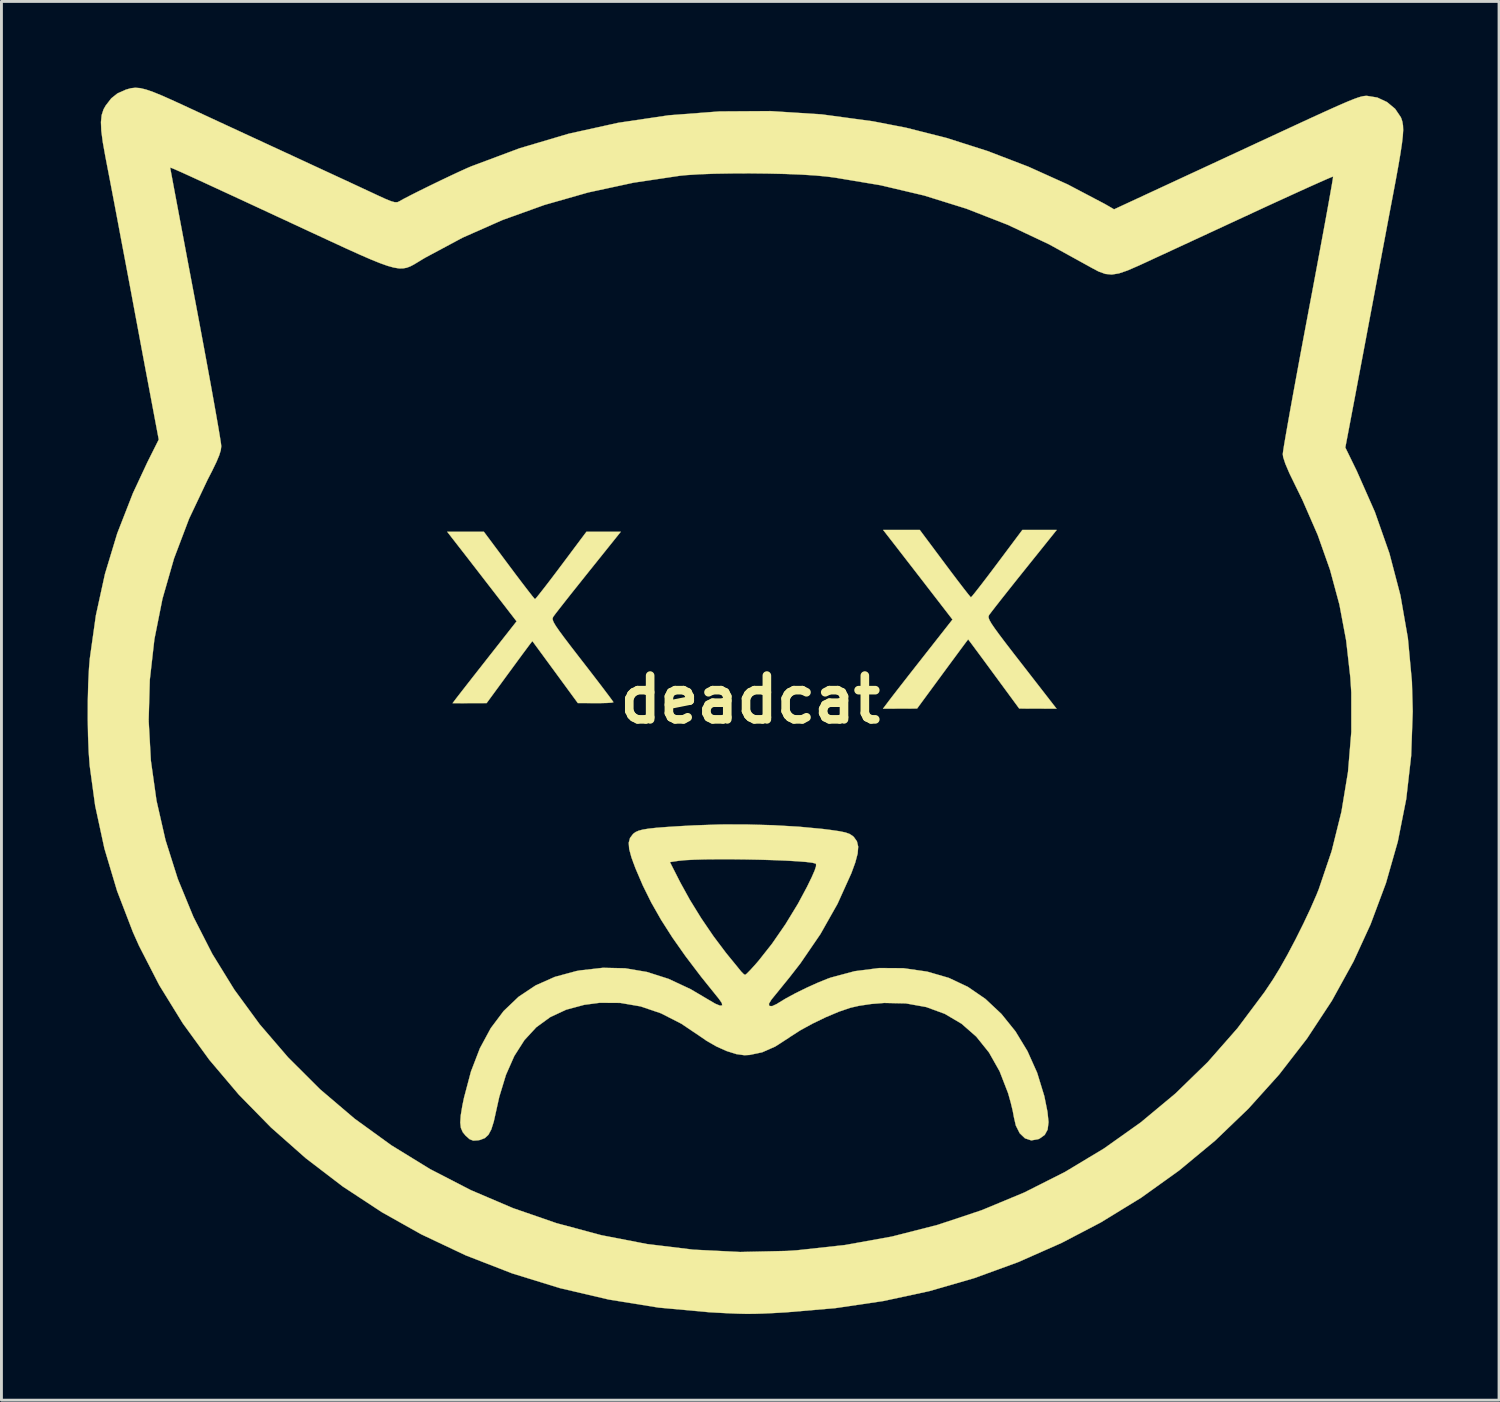
<source format=kicad_pcb>
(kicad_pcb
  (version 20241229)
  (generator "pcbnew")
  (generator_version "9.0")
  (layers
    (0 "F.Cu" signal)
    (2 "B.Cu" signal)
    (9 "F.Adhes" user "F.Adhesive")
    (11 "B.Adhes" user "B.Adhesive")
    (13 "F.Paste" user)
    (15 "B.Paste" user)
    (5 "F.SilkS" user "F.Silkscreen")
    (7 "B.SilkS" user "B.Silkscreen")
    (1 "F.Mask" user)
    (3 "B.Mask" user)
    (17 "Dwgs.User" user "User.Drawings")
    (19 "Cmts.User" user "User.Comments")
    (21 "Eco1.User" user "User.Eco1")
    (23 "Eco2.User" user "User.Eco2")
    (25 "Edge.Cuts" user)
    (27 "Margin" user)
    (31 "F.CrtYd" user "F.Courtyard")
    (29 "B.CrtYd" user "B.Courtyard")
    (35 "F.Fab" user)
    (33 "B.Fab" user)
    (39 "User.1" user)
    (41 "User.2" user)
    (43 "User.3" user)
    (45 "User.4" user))
  (footprint "deadcat"
    (layer "F.Cu")
    (at 23.068 21.305)
    (property "Reference" "deadcat" (at 0 0 0) (layer "F.SilkS") (effects (font (size 1.524 1.524) (thickness 0.3))))
    (attr through_hole)
    (fp_poly (pts (xy 6.778 -4.734) (xy 7.028 -4.4) (xy 7.253 -4.103) (xy 7.442 -3.857) (xy 7.584 -3.676) (xy 7.668 -3.575) (xy 7.685 -3.559) (xy 7.731 -3.607) (xy 7.841 -3.742) (xy 8.005 -3.952) (xy 8.211 -4.22) (xy 8.449 -4.534) (xy 8.597 -4.731) (xy 9.475 -5.905) (xy 10.671 -5.905) (xy 9.534 -4.488) (xy 9.237 -4.117) (xy 8.964 -3.773) (xy 8.724 -3.47) (xy 8.53 -3.222) (xy 8.392 -3.043) (xy 8.32 -2.947) (xy 8.316 -2.941) (xy 8.299 -2.897) (xy 8.302 -2.84) (xy 8.334 -2.759) (xy 8.402 -2.641) (xy 8.513 -2.478) (xy 8.675 -2.256) (xy 8.895 -1.965) (xy 9.18 -1.594) (xy 9.45 -1.247) (xy 10.665 0.318) (xy 10.015 0.315) (xy 9.366 0.313) (xy 8.481 -0.891) (xy 8.232 -1.23) (xy 8.009 -1.532) (xy 7.823 -1.783) (xy 7.685 -1.969) (xy 7.604 -2.075) (xy 7.588 -2.095) (xy 7.55 -2.047) (xy 7.447 -1.91) (xy 7.29 -1.698) (xy 7.09 -1.427) (xy 6.856 -1.11) (xy 6.695 -0.891) (xy 5.81 0.313) (xy 5.217 0.315) (xy 4.623 0.318) (xy 4.836 0.035) (xy 4.934 -0.093) (xy 5.097 -0.304) (xy 5.312 -0.58) (xy 5.564 -0.903) (xy 5.841 -1.256) (xy 6.046 -1.517) (xy 7.043 -2.786) (xy 6.243 -3.822) (xy 5.968 -4.178) (xy 5.689 -4.539) (xy 5.426 -4.878) (xy 5.2 -5.17) (xy 5.036 -5.382) (xy 4.629 -5.905) (xy 5.904 -5.905) (xy 6.778 -4.734)) (stroke (width 0.01) (type solid)) (fill yes) (layer "F.SilkS"))
    (fp_poly (pts (xy -5.103 -5.842) (xy -4.506 -5.842) (xy -5.643 -4.424) (xy -5.939 -4.053) (xy -6.213 -3.71) (xy -6.452 -3.407) (xy -6.647 -3.159) (xy -6.785 -2.98) (xy -6.856 -2.884) (xy -6.86 -2.877) (xy -6.879 -2.832) (xy -6.875 -2.773) (xy -6.841 -2.689) (xy -6.77 -2.567) (xy -6.653 -2.397) (xy -6.484 -2.167) (xy -6.253 -1.863) (xy -5.954 -1.475) (xy -5.852 -1.344) (xy -5.569 -0.979) (xy -5.314 -0.647) (xy -5.096 -0.361) (xy -4.925 -0.134) (xy -4.81 0.021) (xy -4.763 0.091) (xy -4.763 0.093) (xy -4.821 0.107) (xy -4.98 0.118) (xy -5.211 0.124) (xy -5.382 0.124) (xy -6.001 0.122) (xy -6.792 -0.958) (xy -7.584 -2.037) (xy -7.695 -1.892) (xy -7.768 -1.794) (xy -7.902 -1.614) (xy -8.081 -1.371) (xy -8.292 -1.083) (xy -8.491 -0.812) (xy -9.176 0.123) (xy -9.768 0.125) (xy -10.361 0.127) (xy -10.245 -0.028) (xy -10.174 -0.12) (xy -10.037 -0.296) (xy -9.846 -0.541) (xy -9.613 -0.839) (xy -9.349 -1.175) (xy -9.131 -1.453) (xy -8.133 -2.723) (xy -8.933 -3.759) (xy -9.208 -4.114) (xy -9.487 -4.475) (xy -9.75 -4.815) (xy -9.976 -5.107) (xy -10.141 -5.318) (xy -10.548 -5.842) (xy -9.272 -5.842) (xy -8.398 -4.67) (xy -8.148 -4.336) (xy -7.923 -4.039) (xy -7.734 -3.793) (xy -7.593 -3.612) (xy -7.509 -3.512) (xy -7.492 -3.495) (xy -7.446 -3.543) (xy -7.336 -3.679) (xy -7.172 -3.888) (xy -6.965 -4.157) (xy -6.727 -4.471) (xy -6.58 -4.667) (xy -5.701 -5.842) (xy -5.103 -5.842)) (stroke (width 0.01) (type solid)) (fill yes) (layer "F.SilkS"))
    (fp_poly (pts (xy 0.803 4.375) (xy 1.701 4.427) (xy 2.526 4.505) (xy 2.788 4.538) (xy 3.1 4.583) (xy 3.314 4.627) (xy 3.459 4.678) (xy 3.563 4.745) (xy 3.611 4.788) (xy 3.716 4.936) (xy 3.76 5.121) (xy 3.741 5.361) (xy 3.658 5.674) (xy 3.521 6.048) (xy 3.04 7.112) (xy 2.445 8.165) (xy 1.747 9.185) (xy 1.37 9.669) (xy 1.164 9.923) (xy 0.976 10.155) (xy 0.826 10.339) (xy 0.736 10.45) (xy 0.734 10.453) (xy 0.651 10.592) (xy 0.666 10.668) (xy 0.764 10.673) (xy 0.927 10.598) (xy 0.97 10.57) (xy 1.233 10.41) (xy 1.575 10.225) (xy 1.959 10.036) (xy 2.344 9.862) (xy 2.69 9.721) (xy 2.805 9.68) (xy 3.638 9.457) (xy 4.488 9.348) (xy 5.336 9.353) (xy 6.163 9.472) (xy 6.915 9.69) (xy 7.577 10.002) (xy 8.19 10.423) (xy 8.745 10.944) (xy 9.236 11.553) (xy 9.653 12.24) (xy 9.991 12.995) (xy 10.24 13.807) (xy 10.35 14.356) (xy 10.386 14.711) (xy 10.355 14.972) (xy 10.254 15.157) (xy 10.074 15.285) (xy 10.03 15.305) (xy 9.786 15.348) (xy 9.566 15.275) (xy 9.383 15.099) (xy 9.248 14.83) (xy 9.181 14.539) (xy 9.14 14.317) (xy 9.071 14.032) (xy 8.989 13.739) (xy 8.975 13.694) (xy 8.683 12.941) (xy 8.314 12.287) (xy 7.871 11.735) (xy 7.358 11.286) (xy 6.775 10.942) (xy 6.128 10.705) (xy 5.417 10.578) (xy 4.667 10.562) (xy 4.216 10.598) (xy 3.792 10.661) (xy 3.493 10.729) (xy 3.092 10.865) (xy 2.638 11.056) (xy 2.174 11.28) (xy 1.743 11.516) (xy 1.388 11.744) (xy 1.36 11.765) (xy 0.874 12.079) (xy 0.418 12.28) (xy -0.023 12.373) (xy -0.205 12.382) (xy -0.483 12.343) (xy -0.819 12.237) (xy -1.177 12.077) (xy -1.519 11.881) (xy -1.669 11.776) (xy -2.393 11.288) (xy -3.105 10.924) (xy -3.813 10.683) (xy -4.523 10.561) (xy -5.242 10.557) (xy -5.779 10.628) (xy -6.407 10.797) (xy -6.962 11.056) (xy -7.446 11.408) (xy -7.862 11.859) (xy -8.214 12.411) (xy -8.504 13.068) (xy -8.737 13.835) (xy -8.842 14.308) (xy -8.927 14.692) (xy -9.014 14.967) (xy -9.114 15.153) (xy -9.24 15.268) (xy -9.402 15.331) (xy -9.474 15.345) (xy -9.642 15.356) (xy -9.768 15.307) (xy -9.903 15.189) (xy -10.008 15.061) (xy -10.072 14.914) (xy -10.094 14.727) (xy -10.077 14.478) (xy -10.022 14.143) (xy -9.963 13.861) (xy -9.721 12.948) (xy -9.411 12.142) (xy -9.033 11.442) (xy -8.585 10.845) (xy -8.065 10.349) (xy -7.471 9.953) (xy -6.801 9.655) (xy -6.055 9.453) (xy -5.928 9.43) (xy -5.125 9.339) (xy -4.352 9.356) (xy -3.595 9.484) (xy -2.84 9.725) (xy -2.074 10.083) (xy -1.458 10.447) (xy -1.215 10.589) (xy -1.052 10.656) (xy -0.974 10.647) (xy -0.988 10.564) (xy -1.09 10.418) (xy -1.712 9.645) (xy -2.248 8.939) (xy -2.708 8.285) (xy -3.103 7.666) (xy -3.444 7.067) (xy -3.739 6.471) (xy -3.996 5.871) (xy -4.074 5.659) (xy -2.795 5.659) (xy -2.433 6.37) (xy -2.101 6.972) (xy -1.707 7.611) (xy -1.281 8.237) (xy -0.855 8.804) (xy -0.786 8.89) (xy -0.609 9.106) (xy -0.454 9.296) (xy -0.345 9.431) (xy -0.318 9.465) (xy -0.226 9.558) (xy -0.177 9.586) (xy -0.119 9.542) (xy 0.001 9.42) (xy 0.163 9.242) (xy 0.29 9.096) (xy 0.76 8.501) (xy 1.227 7.824) (xy 1.663 7.109) (xy 1.978 6.521) (xy 2.141 6.187) (xy 2.244 5.952) (xy 2.293 5.801) (xy 2.292 5.724) (xy 2.28 5.712) (xy 2.17 5.682) (xy 1.951 5.654) (xy 1.641 5.63) (xy 1.258 5.608) (xy 0.82 5.59) (xy 0.345 5.576) (xy -0.148 5.566) (xy -0.642 5.56) (xy -1.119 5.56) (xy -1.56 5.564) (xy -1.948 5.575) (xy -2.265 5.591) (xy -2.492 5.614) (xy -2.494 5.614) (xy -2.795 5.659) (xy -4.074 5.659) (xy -4.135 5.493) (xy -4.213 5.204) (xy -4.229 4.986) (xy -4.184 4.819) (xy -4.081 4.683) (xy -4.065 4.668) (xy -3.988 4.612) (xy -3.884 4.566) (xy -3.737 4.527) (xy -3.534 4.494) (xy -3.259 4.464) (xy -2.898 4.436) (xy -2.438 4.407) (xy -1.963 4.381) (xy -1.067 4.35) (xy -0.132 4.349) (xy 0.803 4.375)) (stroke (width 0.01) (type solid)) (fill yes) (layer "F.SilkS"))
    (fp_poly (pts (xy -21.237 -21.287) (xy -21.034 -21.238) (xy -20.78 -21.15) (xy -20.458 -21.018) (xy -20.051 -20.836) (xy -19.723 -20.685) (xy -19.296 -20.487) (xy -18.799 -20.256) (xy -18.275 -20.013) (xy -17.771 -19.78) (xy -17.431 -19.622) (xy -16.644 -19.258) (xy -15.962 -18.943) (xy -15.376 -18.671) (xy -14.877 -18.44) (xy -14.454 -18.244) (xy -14.097 -18.079) (xy -13.798 -17.94) (xy -13.547 -17.823) (xy -13.333 -17.723) (xy -13.147 -17.637) (xy -12.986 -17.561) (xy -12.699 -17.43) (xy -12.502 -17.35) (xy -12.371 -17.314) (xy -12.282 -17.316) (xy -12.224 -17.342) (xy -12.074 -17.426) (xy -11.833 -17.551) (xy -11.526 -17.706) (xy -11.177 -17.878) (xy -10.811 -18.056) (xy -10.452 -18.227) (xy -10.125 -18.38) (xy -9.854 -18.503) (xy -9.716 -18.562) (xy -8.034 -19.191) (xy -6.324 -19.698) (xy -4.589 -20.081) (xy -2.836 -20.341) (xy -1.068 -20.476) (xy 0.708 -20.487) (xy 2.488 -20.373) (xy 4.266 -20.133) (xy 5.423 -19.909) (xy 6.832 -19.553) (xy 8.263 -19.097) (xy 9.681 -18.553) (xy 11.053 -17.934) (xy 12.343 -17.255) (xy 12.478 -17.178) (xy 12.668 -17.067) (xy 14.002 -17.686) (xy 14.416 -17.878) (xy 14.823 -18.067) (xy 15.197 -18.241) (xy 15.515 -18.388) (xy 15.751 -18.497) (xy 15.812 -18.526) (xy 16.011 -18.618) (xy 16.302 -18.753) (xy 16.658 -18.919) (xy 17.056 -19.103) (xy 17.471 -19.296) (xy 17.621 -19.366) (xy 18.352 -19.705) (xy 18.977 -19.995) (xy 19.505 -20.239) (xy 19.945 -20.44) (xy 20.308 -20.604) (xy 20.601 -20.734) (xy 20.834 -20.833) (xy 21.016 -20.906) (xy 21.157 -20.957) (xy 21.265 -20.99) (xy 21.35 -21.008) (xy 21.42 -21.016) (xy 21.476 -21.017) (xy 21.834 -20.959) (xy 22.17 -20.802) (xy 22.452 -20.568) (xy 22.649 -20.278) (xy 22.672 -20.225) (xy 22.706 -20.115) (xy 22.727 -19.987) (xy 22.733 -19.828) (xy 22.721 -19.625) (xy 22.691 -19.364) (xy 22.641 -19.03) (xy 22.57 -18.61) (xy 22.476 -18.091) (xy 22.382 -17.59) (xy 22.287 -17.091) (xy 22.196 -16.609) (xy 22.113 -16.165) (xy 22.04 -15.779) (xy 21.982 -15.472) (xy 21.944 -15.265) (xy 21.939 -15.24) (xy 21.897 -15.013) (xy 21.834 -14.681) (xy 21.755 -14.262) (xy 21.664 -13.776) (xy 21.563 -13.241) (xy 21.457 -12.676) (xy 21.349 -12.102) (xy 21.242 -11.536) (xy 21.14 -10.998) (xy 21.048 -10.507) (xy 20.967 -10.082) (xy 20.903 -9.743) (xy 20.872 -9.579) (xy 20.719 -8.775) (xy 21.117 -7.96) (xy 21.748 -6.532) (xy 22.254 -5.091) (xy 22.637 -3.63) (xy 22.897 -2.142) (xy 23.038 -0.619) (xy 23.066 0.413) (xy 23.011 1.96) (xy 22.839 3.466) (xy 22.547 4.941) (xy 22.133 6.392) (xy 21.597 7.828) (xy 21.005 9.117) (xy 20.25 10.487) (xy 19.385 11.802) (xy 18.414 13.056) (xy 17.345 14.243) (xy 16.184 15.358) (xy 14.936 16.393) (xy 13.609 17.344) (xy 12.207 18.203) (xy 10.841 18.917) (xy 9.328 19.586) (xy 7.797 20.144) (xy 6.236 20.595) (xy 4.63 20.941) (xy 2.966 21.187) (xy 1.247 21.334) (xy 0.805 21.359) (xy 0.45 21.376) (xy 0.147 21.385) (xy -0.135 21.387) (xy -0.43 21.38) (xy -0.769 21.366) (xy -1.187 21.344) (xy -1.429 21.33) (xy -3.193 21.168) (xy -4.929 20.887) (xy -6.63 20.489) (xy -8.289 19.977) (xy -9.899 19.352) (xy -11.453 18.617) (xy -12.822 17.848) (xy -14.187 16.951) (xy -15.476 15.965) (xy -16.684 14.897) (xy -17.804 13.754) (xy -18.829 12.544) (xy -19.754 11.272) (xy -20.572 9.946) (xy -21.277 8.574) (xy -21.49 8.097) (xy -22.042 6.661) (xy -22.482 5.188) (xy -22.805 3.695) (xy -22.995 2.303) (xy -23.03 1.83) (xy -23.052 1.271) (xy -23.062 0.725) (xy -20.943 0.725) (xy -20.865 2.129) (xy -20.669 3.521) (xy -20.356 4.894) (xy -19.928 6.245) (xy -19.385 7.566) (xy -18.728 8.854) (xy -17.958 10.103) (xy -17.077 11.307) (xy -16.085 12.461) (xy -14.983 13.56) (xy -14.965 13.577) (xy -13.77 14.594) (xy -12.494 15.518) (xy -11.145 16.347) (xy -9.732 17.077) (xy -8.261 17.705) (xy -6.742 18.23) (xy -5.184 18.648) (xy -3.593 18.956) (xy -1.979 19.152) (xy -0.349 19.233) (xy 1.288 19.196) (xy 1.619 19.174) (xy 3.296 18.991) (xy 4.932 18.696) (xy 6.522 18.29) (xy 8.06 17.778) (xy 9.542 17.162) (xy 10.962 16.445) (xy 12.316 15.63) (xy 13.598 14.72) (xy 14.803 13.717) (xy 15.927 12.624) (xy 16.963 11.445) (xy 17.908 10.182) (xy 18.198 9.749) (xy 18.438 9.356) (xy 18.707 8.879) (xy 18.986 8.35) (xy 19.258 7.805) (xy 19.507 7.277) (xy 19.715 6.8) (xy 19.794 6.604) (xy 20.244 5.274) (xy 20.584 3.906) (xy 20.813 2.518) (xy 20.928 1.128) (xy 20.927 -0.246) (xy 20.895 -0.762) (xy 20.748 -2.06) (xy 20.514 -3.305) (xy 20.186 -4.52) (xy 19.759 -5.728) (xy 19.224 -6.954) (xy 18.983 -7.446) (xy 18.773 -7.877) (xy 18.632 -8.207) (xy 18.556 -8.44) (xy 18.542 -8.545) (xy 18.554 -8.643) (xy 18.587 -8.855) (xy 18.641 -9.172) (xy 18.713 -9.582) (xy 18.801 -10.077) (xy 18.904 -10.645) (xy 19.02 -11.276) (xy 19.146 -11.96) (xy 19.282 -12.687) (xy 19.425 -13.447) (xy 19.43 -13.477) (xy 19.573 -14.232) (xy 19.707 -14.95) (xy 19.832 -15.621) (xy 19.946 -16.237) (xy 20.047 -16.786) (xy 20.133 -17.26) (xy 20.202 -17.649) (xy 20.254 -17.943) (xy 20.285 -18.132) (xy 20.294 -18.207) (xy 20.294 -18.208) (xy 20.233 -18.187) (xy 20.068 -18.117) (xy 19.81 -18.003) (xy 19.468 -17.85) (xy 19.054 -17.662) (xy 18.579 -17.445) (xy 18.053 -17.204) (xy 17.487 -16.942) (xy 17.231 -16.823) (xy 16.624 -16.542) (xy 16.031 -16.267) (xy 15.466 -16.005) (xy 14.943 -15.763) (xy 14.477 -15.547) (xy 14.08 -15.364) (xy 13.768 -15.219) (xy 13.553 -15.12) (xy 13.519 -15.105) (xy 13.138 -14.939) (xy 12.838 -14.837) (xy 12.589 -14.797) (xy 12.362 -14.819) (xy 12.129 -14.903) (xy 11.86 -15.046) (xy 11.842 -15.057) (xy 10.402 -15.851) (xy 8.97 -16.527) (xy 7.527 -17.09) (xy 6.057 -17.548) (xy 4.54 -17.906) (xy 2.959 -18.17) (xy 2.679 -18.207) (xy 2.282 -18.245) (xy 1.787 -18.276) (xy 1.219 -18.299) (xy 0.606 -18.313) (xy -0.027 -18.32) (xy -0.653 -18.317) (xy -1.247 -18.307) (xy -1.781 -18.287) (xy -2.231 -18.258) (xy -2.445 -18.237) (xy -4.062 -17.995) (xy -5.639 -17.655) (xy -7.164 -17.22) (xy -8.625 -16.695) (xy -10.011 -16.082) (xy -11.311 -15.386) (xy -11.408 -15.329) (xy -11.568 -15.231) (xy -11.706 -15.148) (xy -11.832 -15.082) (xy -11.956 -15.035) (xy -12.087 -15.011) (xy -12.237 -15.012) (xy -12.413 -15.041) (xy -12.628 -15.101) (xy -12.889 -15.194) (xy -13.208 -15.323) (xy -13.594 -15.491) (xy -14.057 -15.7) (xy -14.607 -15.954) (xy -15.254 -16.254) (xy -15.944 -16.575) (xy -16.748 -16.948) (xy -17.443 -17.271) (xy -18.039 -17.547) (xy -18.543 -17.78) (xy -18.962 -17.974) (xy -19.304 -18.131) (xy -19.577 -18.256) (xy -19.788 -18.352) (xy -19.946 -18.422) (xy -20.057 -18.471) (xy -20.13 -18.5) (xy -20.171 -18.515) (xy -20.19 -18.518) (xy -20.193 -18.515) (xy -20.182 -18.451) (xy -20.148 -18.271) (xy -20.095 -17.986) (xy -20.024 -17.606) (xy -19.936 -17.139) (xy -19.834 -16.596) (xy -19.719 -15.986) (xy -19.594 -15.319) (xy -19.459 -14.604) (xy -19.317 -13.852) (xy -19.304 -13.784) (xy -19.161 -13.022) (xy -19.025 -12.292) (xy -18.898 -11.603) (xy -18.781 -10.967) (xy -18.678 -10.393) (xy -18.589 -9.891) (xy -18.516 -9.473) (xy -18.462 -9.149) (xy -18.427 -8.928) (xy -18.415 -8.821) (xy -18.415 -8.82) (xy -18.431 -8.683) (xy -18.485 -8.507) (xy -18.583 -8.272) (xy -18.734 -7.96) (xy -18.887 -7.664) (xy -19.535 -6.296) (xy -20.06 -4.91) (xy -20.462 -3.509) (xy -20.743 -2.099) (xy -20.903 -0.686) (xy -20.943 0.725) (xy -23.062 0.725) (xy -23.063 0.664) (xy -23.061 0.045) (xy -23.046 -0.549) (xy -23.02 -1.081) (xy -22.991 -1.429) (xy -22.78 -2.929) (xy -22.463 -4.375) (xy -22.036 -5.786) (xy -21.492 -7.18) (xy -20.989 -8.257) (xy -20.591 -9.052) (xy -20.961 -11.019) (xy -21.058 -11.53) (xy -21.151 -12.026) (xy -21.237 -12.486) (xy -21.312 -12.889) (xy -21.373 -13.215) (xy -21.416 -13.443) (xy -21.425 -13.494) (xy -21.477 -13.772) (xy -21.55 -14.165) (xy -21.644 -14.665) (xy -21.757 -15.264) (xy -21.887 -15.95) (xy -22.031 -16.717) (xy -22.136 -17.272) (xy -22.215 -17.685) (xy -22.303 -18.146) (xy -22.39 -18.595) (xy -22.452 -18.918) (xy -22.54 -19.41) (xy -22.591 -19.8) (xy -22.603 -20.106) (xy -22.578 -20.349) (xy -22.514 -20.546) (xy -22.441 -20.676) (xy -22.244 -20.931) (xy -22.03 -21.102) (xy -21.749 -21.228) (xy -21.708 -21.242) (xy -21.557 -21.284) (xy -21.406 -21.3) (xy -21.237 -21.287)) (stroke (width 0.01) (type solid)) (fill yes) (layer "F.SilkS")))
  (gr_rect
    (start -3 -3)
    (end 49.139 45.697)
    (stroke (width 0.1) (type default))
    (fill no)
    (layer "Edge.Cuts")))
</source>
